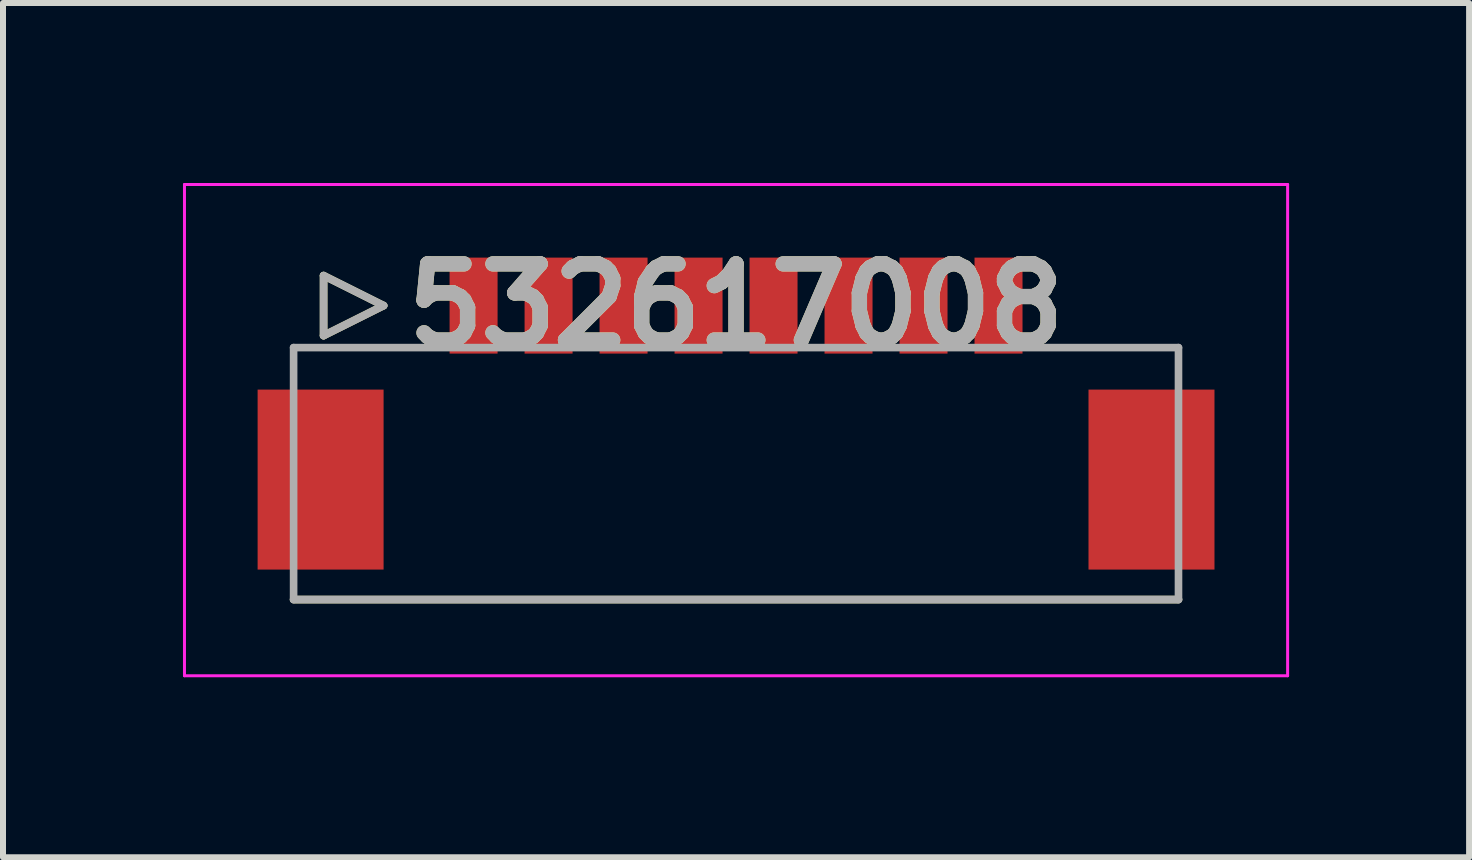
<source format=kicad_pcb>
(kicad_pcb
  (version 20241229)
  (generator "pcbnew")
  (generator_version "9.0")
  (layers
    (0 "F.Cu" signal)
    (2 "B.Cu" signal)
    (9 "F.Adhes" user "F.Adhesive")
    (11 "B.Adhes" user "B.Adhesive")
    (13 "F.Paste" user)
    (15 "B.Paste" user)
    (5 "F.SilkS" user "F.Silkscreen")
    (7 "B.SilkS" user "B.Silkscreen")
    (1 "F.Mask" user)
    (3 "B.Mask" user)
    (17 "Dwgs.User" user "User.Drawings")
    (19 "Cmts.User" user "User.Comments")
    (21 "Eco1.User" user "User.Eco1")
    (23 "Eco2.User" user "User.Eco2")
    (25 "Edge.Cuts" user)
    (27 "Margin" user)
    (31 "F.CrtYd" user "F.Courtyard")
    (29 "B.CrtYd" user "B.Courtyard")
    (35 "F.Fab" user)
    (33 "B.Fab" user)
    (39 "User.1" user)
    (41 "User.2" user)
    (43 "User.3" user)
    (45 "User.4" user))
  (footprint "532617008"
    (layer "F.Cu")
    (at 9.219 2.044)
    (property "Reference" "532617008" (at 0 0 0) (layer "F.SilkS") (effects (font (size 1.27 1.27) (thickness 0.254))))
    (attr smd)
    (fp_line (start -6.875 -0.5) (end -5.875 0) (stroke (width 0.127) (type solid)) (layer "F.SilkS"))
    (fp_line (start -6.875 0.5) (end -6.875 -0.5) (stroke (width 0.127) (type solid)) (layer "F.SilkS"))
    (fp_line (start -5.875 0) (end -6.875 0.5) (stroke (width 0.127) (type solid)) (layer "F.SilkS"))
    (fp_line (start 7.375 4.9) (end -7.375 4.9) (stroke (width 0.127) (type solid)) (layer "F.SilkS"))
    (fp_line (start -9.194 -2.019) (end 9.194 -2.019) (stroke (width 0.05) (type solid)) (layer "F.CrtYd"))
    (fp_line (start -9.194 6.17) (end -9.194 -2.019) (stroke (width 0.05) (type solid)) (layer "F.CrtYd"))
    (fp_line (start 9.194 -2.019) (end 9.194 6.17) (stroke (width 0.05) (type solid)) (layer "F.CrtYd"))
    (fp_line (start 9.194 6.17) (end -9.194 6.17) (stroke (width 0.05) (type solid)) (layer "F.CrtYd"))
    (fp_line (start -7.375 0.7) (end 7.375 0.7) (stroke (width 0.127) (type solid)) (layer "F.Fab"))
    (fp_line (start -7.375 4.9) (end -7.375 0.7) (stroke (width 0.127) (type solid)) (layer "F.Fab"))
    (fp_line (start -6.875 -0.5) (end -5.875 0) (stroke (width 0.127) (type solid)) (layer "F.Fab"))
    (fp_line (start -6.875 0.5) (end -6.875 -0.5) (stroke (width 0.127) (type solid)) (layer "F.Fab"))
    (fp_line (start -5.875 0) (end -6.875 0.5) (stroke (width 0.127) (type solid)) (layer "F.Fab"))
    (fp_line (start 7.375 0.7) (end 7.375 4.9) (stroke (width 0.127) (type solid)) (layer "F.Fab"))
    (fp_line (start 7.375 4.9) (end -7.375 4.9) (stroke (width 0.127) (type solid)) (layer "F.Fab"))
    (fp_text user "${REFERENCE}" (at 0 0 0) (layer "F.Fab") (effects (font (size 1.27 1.27) (thickness 0.254))))
    (pad "1" smd rect (at -4.375 0) (size 0.8 1.6) (layers "F.Cu" "F.Mask" "F.Paste"))
    (pad "2" smd rect (at -3.125 0) (size 0.8 1.6) (layers "F.Cu" "F.Mask" "F.Paste"))
    (pad "3" smd rect (at -1.875 0) (size 0.8 1.6) (layers "F.Cu" "F.Mask" "F.Paste"))
    (pad "4" smd rect (at -0.625 0) (size 0.8 1.6) (layers "F.Cu" "F.Mask" "F.Paste"))
    (pad "5" smd rect (at 0.625 0) (size 0.8 1.6) (layers "F.Cu" "F.Mask" "F.Paste"))
    (pad "6" smd rect (at 1.875 0) (size 0.8 1.6) (layers "F.Cu" "F.Mask" "F.Paste"))
    (pad "7" smd rect (at 3.125 0) (size 0.8 1.6) (layers "F.Cu" "F.Mask" "F.Paste"))
    (pad "8" smd rect (at 4.375 0) (size 0.8 1.6) (layers "F.Cu" "F.Mask" "F.Paste"))
    (pad "9" smd rect (at -6.925 2.9) (size 2.1 3) (layers "F.Cu" "F.Mask" "F.Paste"))
    (pad "10" smd rect (at 6.925 2.9) (size 2.1 3) (layers "F.Cu" "F.Mask" "F.Paste")))
  (gr_rect
    (start -3 -3)
    (end 21.438 11.239)
    (stroke (width 0.1) (type default))
    (fill no)
    (layer "Edge.Cuts")))
</source>
